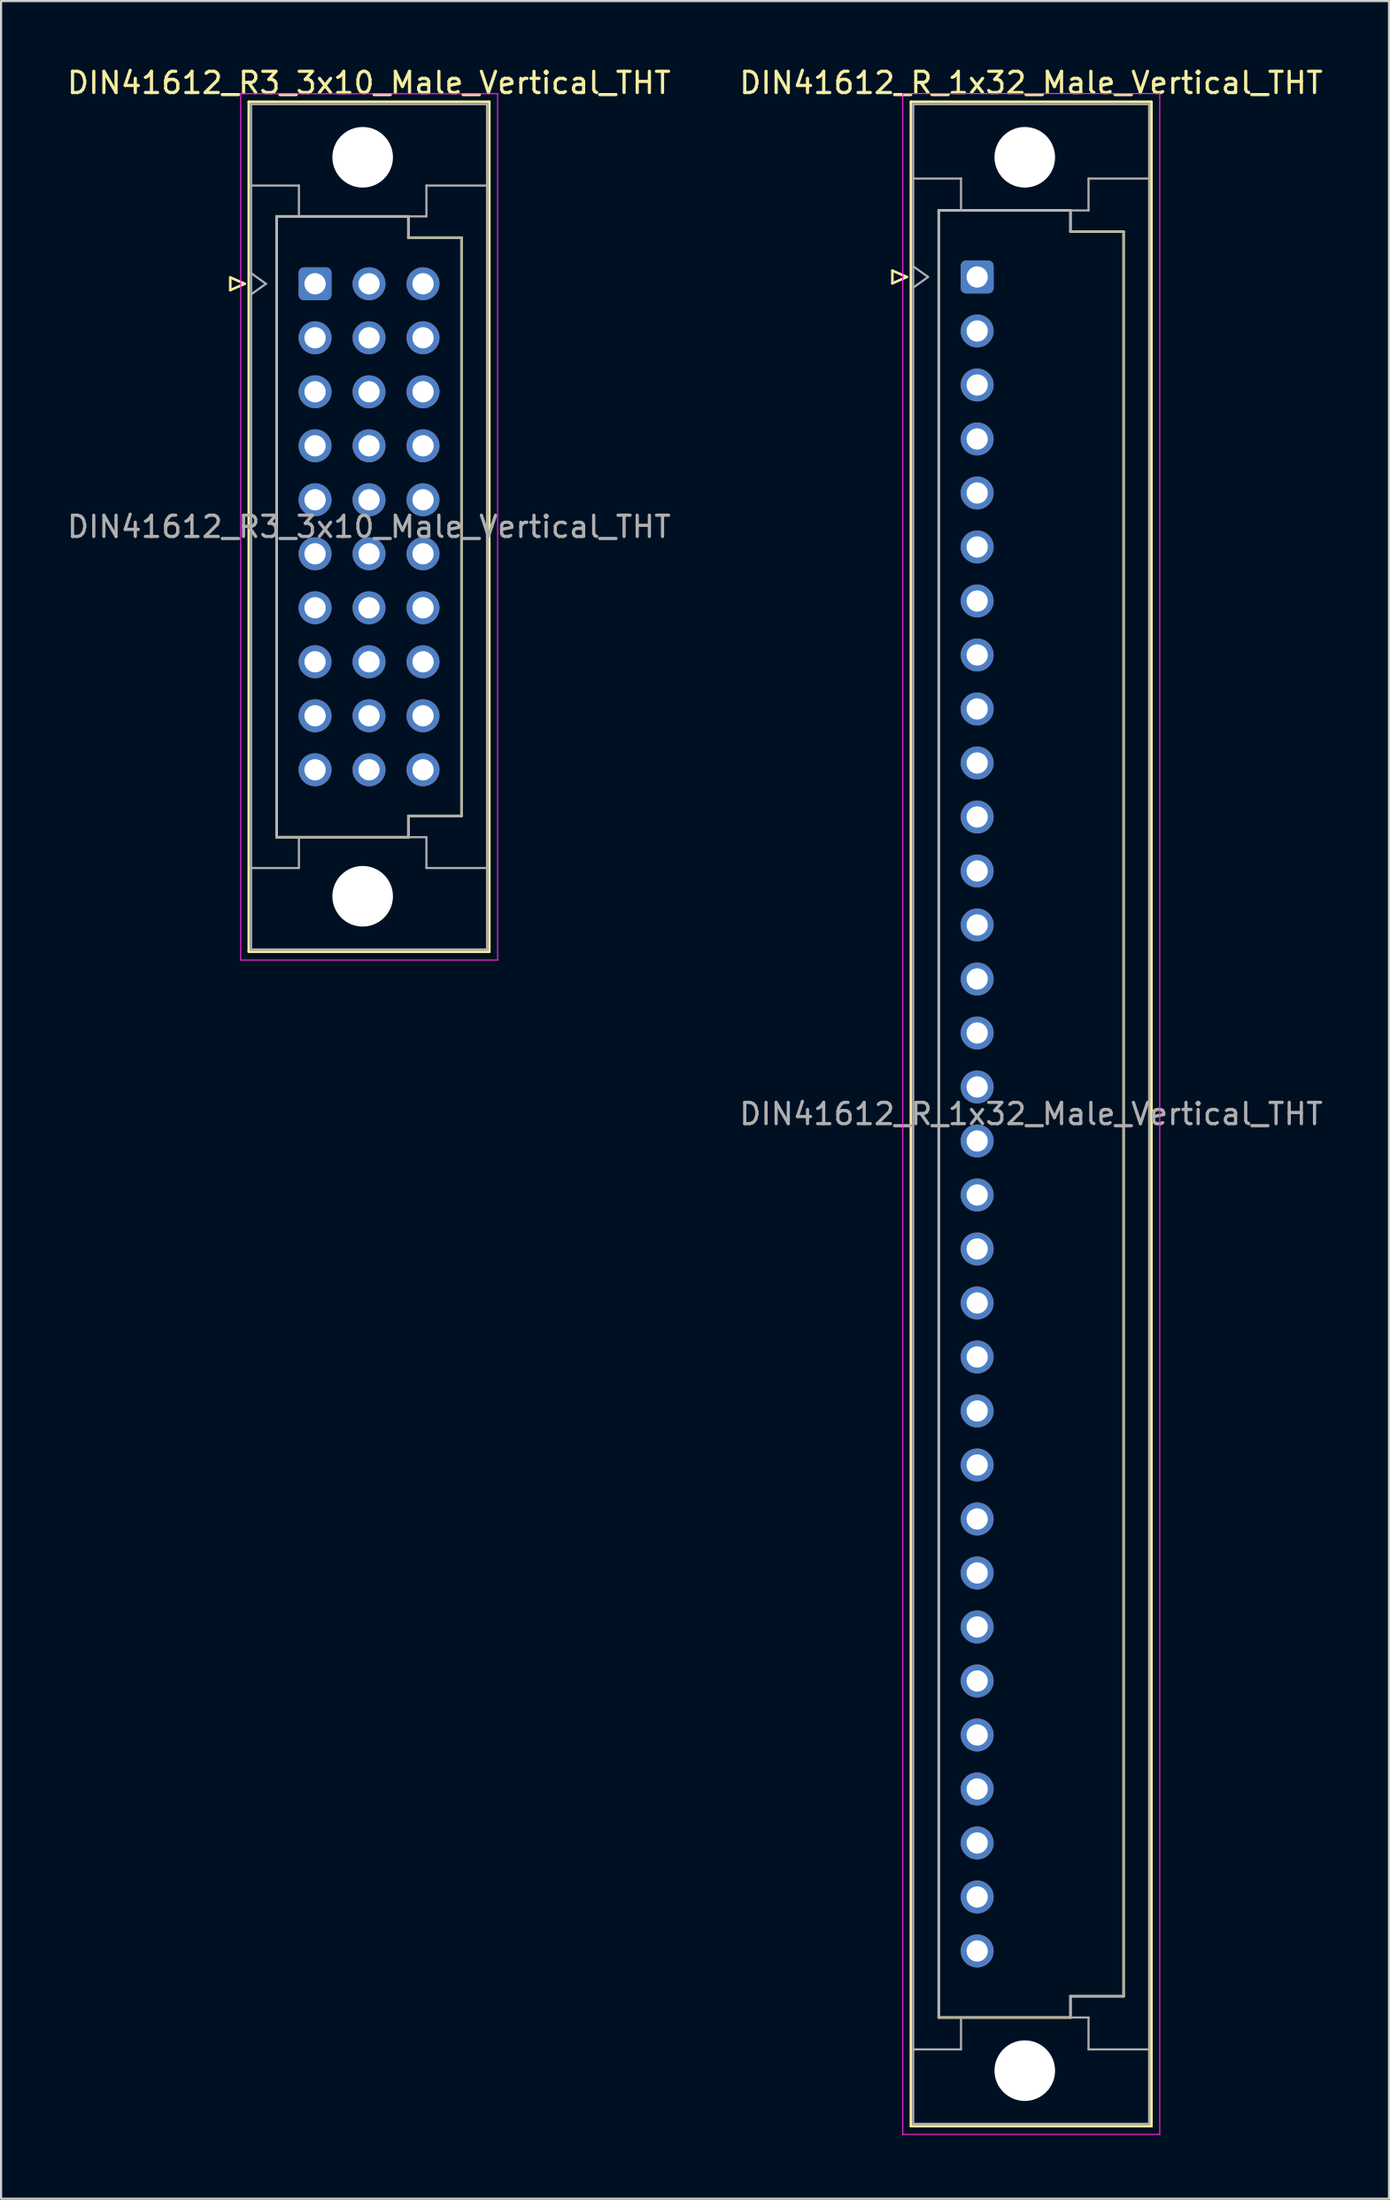
<source format=kicad_pcb>
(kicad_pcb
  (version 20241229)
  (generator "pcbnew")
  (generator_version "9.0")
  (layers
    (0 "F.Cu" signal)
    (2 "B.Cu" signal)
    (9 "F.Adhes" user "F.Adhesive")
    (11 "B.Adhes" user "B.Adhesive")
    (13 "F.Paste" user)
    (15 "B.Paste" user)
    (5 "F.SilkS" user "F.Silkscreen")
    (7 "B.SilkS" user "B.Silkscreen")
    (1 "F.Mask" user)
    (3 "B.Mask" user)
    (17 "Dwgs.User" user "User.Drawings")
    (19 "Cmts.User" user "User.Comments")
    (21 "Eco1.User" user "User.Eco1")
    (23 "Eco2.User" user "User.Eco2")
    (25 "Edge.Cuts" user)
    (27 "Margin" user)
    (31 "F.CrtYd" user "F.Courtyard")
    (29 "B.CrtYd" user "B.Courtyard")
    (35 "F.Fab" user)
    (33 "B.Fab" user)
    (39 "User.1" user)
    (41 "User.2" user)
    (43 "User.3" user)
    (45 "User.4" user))
  (footprint "DIN41612_R_1x32_Male_Vertical_THT"
    (layer "F.Cu")
    (at 42.93 9.978)
    (property "Reference" "DIN41612_R_1x32_Male_Vertical_THT" (at 2.54 -9.13 0) (layer "F.SilkS") (effects (font (size 1 1) (thickness 0.15))))
    (attr through_hole)
    (fp_line (start -3.99 -0.3) (end -3.99 0.3) (stroke (width 0.12) (type solid)) (layer "F.SilkS"))
    (fp_line (start -3.99 0.3) (end -3.31 0) (stroke (width 0.12) (type solid)) (layer "F.SilkS"))
    (fp_line (start -3.31 0) (end -3.99 -0.3) (stroke (width 0.12) (type solid)) (layer "F.SilkS"))
    (fp_line (start -3.12 -8.24) (end 8.2 -8.24) (stroke (width 0.12) (type solid)) (layer "F.SilkS"))
    (fp_line (start -3.12 86.98) (end -3.12 -8.24) (stroke (width 0.12) (type solid)) (layer "F.SilkS"))
    (fp_line (start -1.81 -3.131) (end 4.39 -3.131) (stroke (width 0.12) (type solid)) (layer "F.SilkS"))
    (fp_line (start -1.81 81.87) (end -1.81 -3.131) (stroke (width 0.12) (type solid)) (layer "F.SilkS"))
    (fp_line (start 4.39 -3.131) (end 4.39 -2.131) (stroke (width 0.12) (type solid)) (layer "F.SilkS"))
    (fp_line (start 4.39 -2.131) (end 6.89 -2.131) (stroke (width 0.12) (type solid)) (layer "F.SilkS"))
    (fp_line (start 4.39 80.87) (end 4.39 81.87) (stroke (width 0.12) (type solid)) (layer "F.SilkS"))
    (fp_line (start 4.39 81.87) (end -1.81 81.87) (stroke (width 0.12) (type solid)) (layer "F.SilkS"))
    (fp_line (start 6.89 -2.131) (end 6.89 80.87) (stroke (width 0.12) (type solid)) (layer "F.SilkS"))
    (fp_line (start 6.89 80.87) (end 4.39 80.87) (stroke (width 0.12) (type solid)) (layer "F.SilkS"))
    (fp_line (start 8.2 -8.24) (end 8.2 86.98) (stroke (width 0.12) (type solid)) (layer "F.SilkS"))
    (fp_line (start 8.2 86.98) (end -3.12 86.98) (stroke (width 0.12) (type solid)) (layer "F.SilkS"))
    (fp_line (start -3.5 -8.63) (end 8.59 -8.63) (stroke (width 0.05) (type solid)) (layer "F.CrtYd"))
    (fp_line (start -3.5 87.37) (end -3.5 -8.63) (stroke (width 0.05) (type solid)) (layer "F.CrtYd"))
    (fp_line (start 8.59 -8.63) (end 8.59 87.37) (stroke (width 0.05) (type solid)) (layer "F.CrtYd"))
    (fp_line (start 8.59 87.37) (end -3.5 87.37) (stroke (width 0.05) (type solid)) (layer "F.CrtYd"))
    (fp_line (start -3.01 -8.13) (end 8.09 -8.13) (stroke (width 0.1) (type solid)) (layer "F.Fab"))
    (fp_line (start -3.01 -4.63) (end -0.76 -4.63) (stroke (width 0.1) (type solid)) (layer "F.Fab"))
    (fp_line (start -3.01 -0.5) (end -2.31 0) (stroke (width 0.1) (type solid)) (layer "F.Fab"))
    (fp_line (start -3.01 83.37) (end -0.76 83.37) (stroke (width 0.1) (type solid)) (layer "F.Fab"))
    (fp_line (start -3.01 86.87) (end -3.01 -8.13) (stroke (width 0.1) (type solid)) (layer "F.Fab"))
    (fp_line (start -2.31 0) (end -3.01 0.5) (stroke (width 0.1) (type solid)) (layer "F.Fab"))
    (fp_line (start -1.81 -3.13) (end 4.39 -3.13) (stroke (width 0.1) (type solid)) (layer "F.Fab"))
    (fp_line (start -1.81 81.87) (end -1.81 -3.13) (stroke (width 0.1) (type solid)) (layer "F.Fab"))
    (fp_line (start -0.76 -4.63) (end -0.76 -3.13) (stroke (width 0.1) (type solid)) (layer "F.Fab"))
    (fp_line (start -0.76 83.37) (end -0.76 81.87) (stroke (width 0.1) (type solid)) (layer "F.Fab"))
    (fp_line (start 4.39 -3.13) (end 4.39 -2.13) (stroke (width 0.1) (type solid)) (layer "F.Fab"))
    (fp_line (start 4.39 -3.13) (end 5.24 -3.13) (stroke (width 0.1) (type solid)) (layer "F.Fab"))
    (fp_line (start 4.39 -2.13) (end 6.89 -2.13) (stroke (width 0.1) (type solid)) (layer "F.Fab"))
    (fp_line (start 4.39 80.87) (end 4.39 81.87) (stroke (width 0.1) (type solid)) (layer "F.Fab"))
    (fp_line (start 4.39 81.87) (end -1.81 81.87) (stroke (width 0.1) (type solid)) (layer "F.Fab"))
    (fp_line (start 4.39 81.87) (end 5.24 81.87) (stroke (width 0.1) (type solid)) (layer "F.Fab"))
    (fp_line (start 5.24 -4.63) (end 8.09 -4.63) (stroke (width 0.1) (type solid)) (layer "F.Fab"))
    (fp_line (start 5.24 -3.13) (end 5.24 -4.63) (stroke (width 0.1) (type solid)) (layer "F.Fab"))
    (fp_line (start 5.24 81.87) (end 5.24 83.37) (stroke (width 0.1) (type solid)) (layer "F.Fab"))
    (fp_line (start 5.24 83.37) (end 8.09 83.37) (stroke (width 0.1) (type solid)) (layer "F.Fab"))
    (fp_line (start 6.89 -2.13) (end 6.89 80.87) (stroke (width 0.1) (type solid)) (layer "F.Fab"))
    (fp_line (start 6.89 80.87) (end 4.39 80.87) (stroke (width 0.1) (type solid)) (layer "F.Fab"))
    (fp_line (start 8.09 -8.13) (end 8.09 86.87) (stroke (width 0.1) (type solid)) (layer "F.Fab"))
    (fp_line (start 8.09 86.87) (end -3.01 86.87) (stroke (width 0.1) (type solid)) (layer "F.Fab"))
    (fp_text user "${REFERENCE}" (at 2.54 39.37 0) (layer "F.Fab") (effects (font (size 1 1) (thickness 0.15))))
    (pad "" np_thru_hole circle (at 2.24 -5.63) (size 2.85 2.85) (drill 2.85) (layers "*.Cu" "*.Mask"))
    (pad "" np_thru_hole circle (at 2.24 84.37) (size 2.85 2.85) (drill 2.85) (layers "*.Cu" "*.Mask"))
    (pad "a1" thru_hole roundrect (at 0 0) (size 1.55 1.55) (drill 1) (layers "*.Cu" "*.Mask") (roundrect_rratio 0.161))
    (pad "a2" thru_hole circle (at 0 2.54) (size 1.55 1.55) (drill 1) (layers "*.Cu" "*.Mask"))
    (pad "a3" thru_hole circle (at 0 5.08) (size 1.55 1.55) (drill 1) (layers "*.Cu" "*.Mask"))
    (pad "a4" thru_hole circle (at 0 7.62) (size 1.55 1.55) (drill 1) (layers "*.Cu" "*.Mask"))
    (pad "a5" thru_hole circle (at 0 10.16) (size 1.55 1.55) (drill 1) (layers "*.Cu" "*.Mask"))
    (pad "a6" thru_hole circle (at 0 12.7) (size 1.55 1.55) (drill 1) (layers "*.Cu" "*.Mask"))
    (pad "a7" thru_hole circle (at 0 15.24) (size 1.55 1.55) (drill 1) (layers "*.Cu" "*.Mask"))
    (pad "a8" thru_hole circle (at 0 17.78) (size 1.55 1.55) (drill 1) (layers "*.Cu" "*.Mask"))
    (pad "a9" thru_hole circle (at 0 20.32) (size 1.55 1.55) (drill 1) (layers "*.Cu" "*.Mask"))
    (pad "a10" thru_hole circle (at 0 22.86) (size 1.55 1.55) (drill 1) (layers "*.Cu" "*.Mask"))
    (pad "a11" thru_hole circle (at 0 25.4) (size 1.55 1.55) (drill 1) (layers "*.Cu" "*.Mask"))
    (pad "a12" thru_hole circle (at 0 27.94) (size 1.55 1.55) (drill 1) (layers "*.Cu" "*.Mask"))
    (pad "a13" thru_hole circle (at 0 30.48) (size 1.55 1.55) (drill 1) (layers "*.Cu" "*.Mask"))
    (pad "a14" thru_hole circle (at 0 33.02) (size 1.55 1.55) (drill 1) (layers "*.Cu" "*.Mask"))
    (pad "a15" thru_hole circle (at 0 35.56) (size 1.55 1.55) (drill 1) (layers "*.Cu" "*.Mask"))
    (pad "a16" thru_hole circle (at 0 38.1) (size 1.55 1.55) (drill 1) (layers "*.Cu" "*.Mask"))
    (pad "a17" thru_hole circle (at 0 40.64) (size 1.55 1.55) (drill 1) (layers "*.Cu" "*.Mask"))
    (pad "a18" thru_hole circle (at 0 43.18) (size 1.55 1.55) (drill 1) (layers "*.Cu" "*.Mask"))
    (pad "a19" thru_hole circle (at 0 45.72) (size 1.55 1.55) (drill 1) (layers "*.Cu" "*.Mask"))
    (pad "a20" thru_hole circle (at 0 48.26) (size 1.55 1.55) (drill 1) (layers "*.Cu" "*.Mask"))
    (pad "a21" thru_hole circle (at 0 50.8) (size 1.55 1.55) (drill 1) (layers "*.Cu" "*.Mask"))
    (pad "a22" thru_hole circle (at 0 53.34) (size 1.55 1.55) (drill 1) (layers "*.Cu" "*.Mask"))
    (pad "a23" thru_hole circle (at 0 55.88) (size 1.55 1.55) (drill 1) (layers "*.Cu" "*.Mask"))
    (pad "a24" thru_hole circle (at 0 58.42) (size 1.55 1.55) (drill 1) (layers "*.Cu" "*.Mask"))
    (pad "a25" thru_hole circle (at 0 60.96) (size 1.55 1.55) (drill 1) (layers "*.Cu" "*.Mask"))
    (pad "a26" thru_hole circle (at 0 63.5) (size 1.55 1.55) (drill 1) (layers "*.Cu" "*.Mask"))
    (pad "a27" thru_hole circle (at 0 66.04) (size 1.55 1.55) (drill 1) (layers "*.Cu" "*.Mask"))
    (pad "a28" thru_hole circle (at 0 68.58) (size 1.55 1.55) (drill 1) (layers "*.Cu" "*.Mask"))
    (pad "a29" thru_hole circle (at 0 71.12) (size 1.55 1.55) (drill 1) (layers "*.Cu" "*.Mask"))
    (pad "a30" thru_hole circle (at 0 73.66) (size 1.55 1.55) (drill 1) (layers "*.Cu" "*.Mask"))
    (pad "a31" thru_hole circle (at 0 76.2) (size 1.55 1.55) (drill 1) (layers "*.Cu" "*.Mask"))
    (pad "a32" thru_hole circle (at 0 78.74) (size 1.55 1.55) (drill 1) (layers "*.Cu" "*.Mask")))
  (footprint "DIN41612_R3_3x10_Male_Vertical_THT"
    (layer "F.Cu")
    (at 11.775 10.298)
    (property "Reference" "DIN41612_R3_3x10_Male_Vertical_THT" (at 2.54 -9.45 0) (layer "F.SilkS") (effects (font (size 1 1) (thickness 0.15))))
    (attr through_hole)
    (fp_line (start -3.99 -0.3) (end -3.99 0.3) (stroke (width 0.12) (type solid)) (layer "F.SilkS"))
    (fp_line (start -3.99 0.3) (end -3.31 0) (stroke (width 0.12) (type solid)) (layer "F.SilkS"))
    (fp_line (start -3.31 0) (end -3.99 -0.3) (stroke (width 0.12) (type solid)) (layer "F.SilkS"))
    (fp_line (start -3.12 -8.56) (end 8.2 -8.56) (stroke (width 0.12) (type solid)) (layer "F.SilkS"))
    (fp_line (start -3.12 31.42) (end -3.12 -8.56) (stroke (width 0.12) (type solid)) (layer "F.SilkS"))
    (fp_line (start -1.81 -3.17) (end 4.39 -3.17) (stroke (width 0.12) (type solid)) (layer "F.SilkS"))
    (fp_line (start -1.81 26.03) (end -1.81 -3.17) (stroke (width 0.12) (type solid)) (layer "F.SilkS"))
    (fp_line (start 4.39 -3.17) (end 4.39 -2.17) (stroke (width 0.12) (type solid)) (layer "F.SilkS"))
    (fp_line (start 4.39 -2.17) (end 6.89 -2.17) (stroke (width 0.12) (type solid)) (layer "F.SilkS"))
    (fp_line (start 4.39 25.03) (end 4.39 26.03) (stroke (width 0.12) (type solid)) (layer "F.SilkS"))
    (fp_line (start 4.39 26.03) (end -1.81 26.03) (stroke (width 0.12) (type solid)) (layer "F.SilkS"))
    (fp_line (start 6.89 -2.17) (end 6.89 25.03) (stroke (width 0.12) (type solid)) (layer "F.SilkS"))
    (fp_line (start 6.89 25.03) (end 4.39 25.03) (stroke (width 0.12) (type solid)) (layer "F.SilkS"))
    (fp_line (start 8.2 -8.56) (end 8.2 31.42) (stroke (width 0.12) (type solid)) (layer "F.SilkS"))
    (fp_line (start 8.2 31.42) (end -3.12 31.42) (stroke (width 0.12) (type solid)) (layer "F.SilkS"))
    (fp_line (start -3.5 -8.94) (end 8.59 -8.94) (stroke (width 0.05) (type solid)) (layer "F.CrtYd"))
    (fp_line (start -3.5 31.81) (end -3.5 -8.94) (stroke (width 0.05) (type solid)) (layer "F.CrtYd"))
    (fp_line (start 8.59 -8.94) (end 8.59 31.81) (stroke (width 0.05) (type solid)) (layer "F.CrtYd"))
    (fp_line (start 8.59 31.81) (end -3.5 31.81) (stroke (width 0.05) (type solid)) (layer "F.CrtYd"))
    (fp_line (start -3.01 -8.45) (end 8.09 -8.45) (stroke (width 0.1) (type solid)) (layer "F.Fab"))
    (fp_line (start -3.01 -4.62) (end -0.76 -4.62) (stroke (width 0.1) (type solid)) (layer "F.Fab"))
    (fp_line (start -3.01 -0.5) (end -2.31 0) (stroke (width 0.1) (type solid)) (layer "F.Fab"))
    (fp_line (start -3.01 27.48) (end -0.76 27.48) (stroke (width 0.1) (type solid)) (layer "F.Fab"))
    (fp_line (start -3.01 31.31) (end -3.01 -8.45) (stroke (width 0.1) (type solid)) (layer "F.Fab"))
    (fp_line (start -2.31 0) (end -3.01 0.5) (stroke (width 0.1) (type solid)) (layer "F.Fab"))
    (fp_line (start -1.81 -3.17) (end 4.39 -3.17) (stroke (width 0.1) (type solid)) (layer "F.Fab"))
    (fp_line (start -1.81 26.03) (end -1.81 -3.17) (stroke (width 0.1) (type solid)) (layer "F.Fab"))
    (fp_line (start -0.76 -4.62) (end -0.76 -3.17) (stroke (width 0.1) (type solid)) (layer "F.Fab"))
    (fp_line (start -0.76 27.48) (end -0.76 26.03) (stroke (width 0.1) (type solid)) (layer "F.Fab"))
    (fp_line (start 4.39 -3.17) (end 4.39 -2.17) (stroke (width 0.1) (type solid)) (layer "F.Fab"))
    (fp_line (start 4.39 -3.17) (end 5.24 -3.17) (stroke (width 0.1) (type solid)) (layer "F.Fab"))
    (fp_line (start 4.39 -2.17) (end 6.89 -2.17) (stroke (width 0.1) (type solid)) (layer "F.Fab"))
    (fp_line (start 4.39 25.03) (end 4.39 26.03) (stroke (width 0.1) (type solid)) (layer "F.Fab"))
    (fp_line (start 4.39 26.03) (end -1.81 26.03) (stroke (width 0.1) (type solid)) (layer "F.Fab"))
    (fp_line (start 4.39 26.03) (end 5.24 26.03) (stroke (width 0.1) (type solid)) (layer "F.Fab"))
    (fp_line (start 5.24 -4.62) (end 8.09 -4.62) (stroke (width 0.1) (type solid)) (layer "F.Fab"))
    (fp_line (start 5.24 -3.17) (end 5.24 -4.62) (stroke (width 0.1) (type solid)) (layer "F.Fab"))
    (fp_line (start 5.24 26.03) (end 5.24 27.48) (stroke (width 0.1) (type solid)) (layer "F.Fab"))
    (fp_line (start 5.24 27.48) (end 8.09 27.48) (stroke (width 0.1) (type solid)) (layer "F.Fab"))
    (fp_line (start 6.89 -2.17) (end 6.89 25.03) (stroke (width 0.1) (type solid)) (layer "F.Fab"))
    (fp_line (start 6.89 25.03) (end 4.39 25.03) (stroke (width 0.1) (type solid)) (layer "F.Fab"))
    (fp_line (start 8.09 -8.45) (end 8.09 31.31) (stroke (width 0.1) (type solid)) (layer "F.Fab"))
    (fp_line (start 8.09 31.31) (end -3.01 31.31) (stroke (width 0.1) (type solid)) (layer "F.Fab"))
    (fp_text user "${REFERENCE}" (at 2.54 11.43 0) (layer "F.Fab") (effects (font (size 1 1) (thickness 0.15))))
    (pad "" np_thru_hole circle (at 2.24 -5.95) (size 2.85 2.85) (drill 2.85) (layers "*.Cu" "*.Mask"))
    (pad "" np_thru_hole circle (at 2.24 28.81) (size 2.85 2.85) (drill 2.85) (layers "*.Cu" "*.Mask"))
    (pad "a1" thru_hole roundrect (at 0 0) (size 1.55 1.55) (drill 1) (layers "*.Cu" "*.Mask") (roundrect_rratio 0.161))
    (pad "a2" thru_hole circle (at 0 2.54) (size 1.55 1.55) (drill 1) (layers "*.Cu" "*.Mask"))
    (pad "a3" thru_hole circle (at 0 5.08) (size 1.55 1.55) (drill 1) (layers "*.Cu" "*.Mask"))
    (pad "a4" thru_hole circle (at 0 7.62) (size 1.55 1.55) (drill 1) (layers "*.Cu" "*.Mask"))
    (pad "a5" thru_hole circle (at 0 10.16) (size 1.55 1.55) (drill 1) (layers "*.Cu" "*.Mask"))
    (pad "a6" thru_hole circle (at 0 12.7) (size 1.55 1.55) (drill 1) (layers "*.Cu" "*.Mask"))
    (pad "a7" thru_hole circle (at 0 15.24) (size 1.55 1.55) (drill 1) (layers "*.Cu" "*.Mask"))
    (pad "a8" thru_hole circle (at 0 17.78) (size 1.55 1.55) (drill 1) (layers "*.Cu" "*.Mask"))
    (pad "a9" thru_hole circle (at 0 20.32) (size 1.55 1.55) (drill 1) (layers "*.Cu" "*.Mask"))
    (pad "a10" thru_hole circle (at 0 22.86) (size 1.55 1.55) (drill 1) (layers "*.Cu" "*.Mask"))
    (pad "b1" thru_hole circle (at 2.54 0) (size 1.55 1.55) (drill 1) (layers "*.Cu" "*.Mask"))
    (pad "b2" thru_hole circle (at 2.54 2.54) (size 1.55 1.55) (drill 1) (layers "*.Cu" "*.Mask"))
    (pad "b3" thru_hole circle (at 2.54 5.08) (size 1.55 1.55) (drill 1) (layers "*.Cu" "*.Mask"))
    (pad "b4" thru_hole circle (at 2.54 7.62) (size 1.55 1.55) (drill 1) (layers "*.Cu" "*.Mask"))
    (pad "b5" thru_hole circle (at 2.54 10.16) (size 1.55 1.55) (drill 1) (layers "*.Cu" "*.Mask"))
    (pad "b6" thru_hole circle (at 2.54 12.7) (size 1.55 1.55) (drill 1) (layers "*.Cu" "*.Mask"))
    (pad "b7" thru_hole circle (at 2.54 15.24) (size 1.55 1.55) (drill 1) (layers "*.Cu" "*.Mask"))
    (pad "b8" thru_hole circle (at 2.54 17.78) (size 1.55 1.55) (drill 1) (layers "*.Cu" "*.Mask"))
    (pad "b9" thru_hole circle (at 2.54 20.32) (size 1.55 1.55) (drill 1) (layers "*.Cu" "*.Mask"))
    (pad "b10" thru_hole circle (at 2.54 22.86) (size 1.55 1.55) (drill 1) (layers "*.Cu" "*.Mask"))
    (pad "c1" thru_hole circle (at 5.08 0) (size 1.55 1.55) (drill 1) (layers "*.Cu" "*.Mask"))
    (pad "c2" thru_hole circle (at 5.08 2.54) (size 1.55 1.55) (drill 1) (layers "*.Cu" "*.Mask"))
    (pad "c3" thru_hole circle (at 5.08 5.08) (size 1.55 1.55) (drill 1) (layers "*.Cu" "*.Mask"))
    (pad "c4" thru_hole circle (at 5.08 7.62) (size 1.55 1.55) (drill 1) (layers "*.Cu" "*.Mask"))
    (pad "c5" thru_hole circle (at 5.08 10.16) (size 1.55 1.55) (drill 1) (layers "*.Cu" "*.Mask"))
    (pad "c6" thru_hole circle (at 5.08 12.7) (size 1.55 1.55) (drill 1) (layers "*.Cu" "*.Mask"))
    (pad "c7" thru_hole circle (at 5.08 15.24) (size 1.55 1.55) (drill 1) (layers "*.Cu" "*.Mask"))
    (pad "c8" thru_hole circle (at 5.08 17.78) (size 1.55 1.55) (drill 1) (layers "*.Cu" "*.Mask"))
    (pad "c9" thru_hole circle (at 5.08 20.32) (size 1.55 1.55) (drill 1) (layers "*.Cu" "*.Mask"))
    (pad "c10" thru_hole circle (at 5.08 22.86) (size 1.55 1.55) (drill 1) (layers "*.Cu" "*.Mask")))
  (gr_rect
    (start -3 -3)
    (end 62.31 100.373)
    (stroke (width 0.1) (type default))
    (fill no)
    (layer "Edge.Cuts")))
</source>
